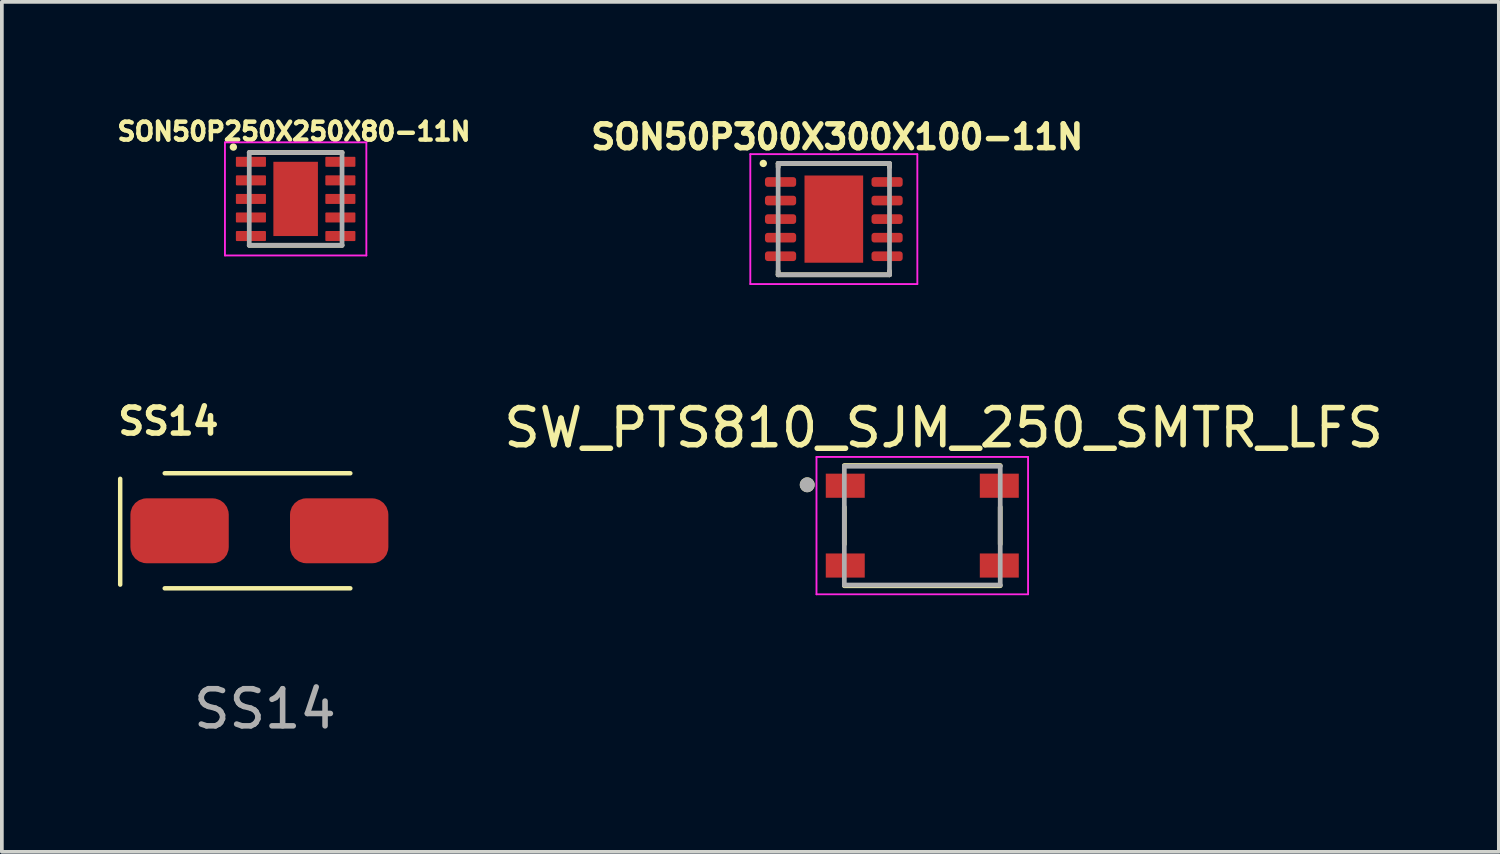
<source format=kicad_pcb>
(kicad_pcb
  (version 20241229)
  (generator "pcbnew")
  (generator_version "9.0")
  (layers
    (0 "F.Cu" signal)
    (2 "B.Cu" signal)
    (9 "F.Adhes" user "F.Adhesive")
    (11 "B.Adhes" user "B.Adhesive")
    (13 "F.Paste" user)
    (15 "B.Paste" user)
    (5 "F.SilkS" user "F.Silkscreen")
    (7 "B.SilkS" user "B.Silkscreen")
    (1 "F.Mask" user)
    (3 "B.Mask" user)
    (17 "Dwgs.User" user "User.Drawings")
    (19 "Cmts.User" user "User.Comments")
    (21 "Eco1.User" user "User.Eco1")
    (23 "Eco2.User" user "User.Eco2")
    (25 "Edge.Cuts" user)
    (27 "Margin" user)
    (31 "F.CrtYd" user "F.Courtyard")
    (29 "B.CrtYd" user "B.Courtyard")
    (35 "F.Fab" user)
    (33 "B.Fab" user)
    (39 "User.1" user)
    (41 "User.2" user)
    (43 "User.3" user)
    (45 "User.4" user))
  (footprint "SW_PTS810_SJM_250_SMTR_LFS"
    (layer "F.Cu")
    (at 21.797 11.111)
    (property "Reference" "SW_PTS810_SJM_250_SMTR_LFS" (at 0.575 -2.635 0) (layer "F.SilkS") (effects (font (size 1 1) (thickness 0.15))))
    (attr smd)
    (fp_line (start -2.1 -1.62) (end 2.1 -1.62) (stroke (width 0.127) (type solid)) (layer "F.SilkS"))
    (fp_line (start -2.1 0.5) (end -2.1 -0.5) (stroke (width 0.127) (type solid)) (layer "F.SilkS"))
    (fp_line (start 2.1 0.5) (end 2.1 -0.5) (stroke (width 0.127) (type solid)) (layer "F.SilkS"))
    (fp_line (start 2.1 1.62) (end -2.1 1.62) (stroke (width 0.127) (type solid)) (layer "F.SilkS"))
    (fp_circle (center -3.1 -1.1) (end -3 -1.1) (stroke (width 0.2) (type solid)) (fill no) (layer "F.SilkS"))
    (fp_line (start -2.85 -1.85) (end 2.85 -1.85) (stroke (width 0.05) (type solid)) (layer "F.CrtYd"))
    (fp_line (start -2.85 1.85) (end -2.85 -1.85) (stroke (width 0.05) (type solid)) (layer "F.CrtYd"))
    (fp_line (start 2.85 -1.85) (end 2.85 1.85) (stroke (width 0.05) (type solid)) (layer "F.CrtYd"))
    (fp_line (start 2.85 1.85) (end -2.85 1.85) (stroke (width 0.05) (type solid)) (layer "F.CrtYd"))
    (fp_line (start -2.1 -1.6) (end 2.1 -1.6) (stroke (width 0.127) (type solid)) (layer "F.Fab"))
    (fp_line (start -2.1 1.6) (end -2.1 -1.6) (stroke (width 0.127) (type solid)) (layer "F.Fab"))
    (fp_line (start 2.1 -1.6) (end 2.1 1.6) (stroke (width 0.127) (type solid)) (layer "F.Fab"))
    (fp_line (start 2.1 1.6) (end -2.1 1.6) (stroke (width 0.127) (type solid)) (layer "F.Fab"))
    (fp_circle (center -3.1 -1.1) (end -3 -1.1) (stroke (width 0.2) (type solid)) (fill no) (layer "F.Fab"))
    (pad "1" smd rect (at -2.075 -1.075) (size 1.05 0.65) (layers "F.Cu" "F.Mask" "F.Paste"))
    (pad "1" smd rect (at 2.075 -1.075) (size 1.05 0.65) (layers "F.Cu" "F.Mask" "F.Paste"))
    (pad "2" smd rect (at -2.075 1.075) (size 1.05 0.65) (layers "F.Cu" "F.Mask" "F.Paste"))
    (pad "2" smd rect (at 2.075 1.075) (size 1.05 0.65) (layers "F.Cu" "F.Mask" "F.Paste")))
  (footprint "SON50P250X250X80-11N"
    (layer "F.Cu")
    (at 4.915 2.309)
    (property "Reference" "SON50P250X250X80-11N" (at -0.046 -1.816 0) (layer "F.SilkS") (effects (font (size 0.482 0.482) (thickness 0.15))))
    (attr smd)
    (fp_line (start 1.25 -1.25) (end -1.25 -1.25) (stroke (width 0.127) (type solid)) (layer "F.SilkS"))
    (fp_line (start 1.25 1.25) (end -1.25 1.25) (stroke (width 0.127) (type solid)) (layer "F.SilkS"))
    (fp_circle (center -1.678 -1.397) (end -1.628 -1.397) (stroke (width 0.1) (type solid)) (fill no) (layer "F.SilkS"))
    (fp_poly (pts (xy -0.381 -0.63) (xy 0.38 -0.63) (xy 0.38 0.632) (xy -0.381 0.632)) (stroke (width 0.01) (type solid)) (fill yes) (layer "F.Paste"))
    (fp_line (start -1.905 -1.524) (end 1.905 -1.524) (stroke (width 0.05) (type solid)) (layer "F.CrtYd"))
    (fp_line (start -1.905 1.524) (end -1.905 -1.524) (stroke (width 0.05) (type solid)) (layer "F.CrtYd"))
    (fp_line (start 1.905 -1.524) (end 1.905 1.524) (stroke (width 0.05) (type solid)) (layer "F.CrtYd"))
    (fp_line (start 1.905 1.524) (end -1.905 1.524) (stroke (width 0.05) (type solid)) (layer "F.CrtYd"))
    (fp_line (start -1.25 -1.25) (end 1.25 -1.25) (stroke (width 0.127) (type solid)) (layer "F.Fab"))
    (fp_line (start -1.25 1.25) (end -1.25 -1.25) (stroke (width 0.127) (type solid)) (layer "F.Fab"))
    (fp_line (start 1.25 -1.25) (end 1.25 1.25) (stroke (width 0.127) (type solid)) (layer "F.Fab"))
    (fp_line (start 1.25 1.25) (end -1.25 1.25) (stroke (width 0.127) (type solid)) (layer "F.Fab"))
    (pad "1" smd roundrect (at -1.205 -1) (size 0.81 0.27) (layers "F.Cu" "F.Mask" "F.Paste") (roundrect_rratio 0.09))
    (pad "2" smd roundrect (at -1.205 -0.5) (size 0.81 0.27) (layers "F.Cu" "F.Mask" "F.Paste") (roundrect_rratio 0.09))
    (pad "3" smd roundrect (at -1.205 0) (size 0.81 0.27) (layers "F.Cu" "F.Mask" "F.Paste") (roundrect_rratio 0.09))
    (pad "4" smd roundrect (at -1.205 0.5) (size 0.81 0.27) (layers "F.Cu" "F.Mask" "F.Paste") (roundrect_rratio 0.09))
    (pad "5" smd roundrect (at -1.205 1) (size 0.81 0.27) (layers "F.Cu" "F.Mask" "F.Paste") (roundrect_rratio 0.09))
    (pad "6" smd roundrect (at 1.205 1) (size 0.81 0.27) (layers "F.Cu" "F.Mask" "F.Paste") (roundrect_rratio 0.09))
    (pad "7" smd roundrect (at 1.205 0.5) (size 0.81 0.27) (layers "F.Cu" "F.Mask" "F.Paste") (roundrect_rratio 0.09))
    (pad "8" smd roundrect (at 1.205 0) (size 0.81 0.27) (layers "F.Cu" "F.Mask" "F.Paste") (roundrect_rratio 0.09))
    (pad "9" smd roundrect (at 1.205 -0.5) (size 0.81 0.27) (layers "F.Cu" "F.Mask" "F.Paste") (roundrect_rratio 0.09))
    (pad "10" smd roundrect (at 1.205 -1) (size 0.81 0.27) (layers "F.Cu" "F.Mask" "F.Paste") (roundrect_rratio 0.09))
    (pad "11" smd rect (at 0 0) (size 1.2 2) (layers "F.Cu" "F.Mask")))
  (footprint "SS14"
    (layer "F.Cu")
    (at 4.088 11.15)
    (property "Reference" "SS14" (at -2.6 -2.85 0) (unlocked yes) (layer "F.SilkS") (effects (font (size 0.7 0.7) (thickness 0.15))))
    (attr smd)
    (fp_line (start -3.9 -1.3) (end -3.9 1.55) (stroke (width 0.12) (type solid)) (layer "F.SilkS"))
    (fp_line (start -2.7 -1.45) (end 2.3 -1.45) (stroke (width 0.12) (type solid)) (layer "F.SilkS"))
    (fp_line (start -2.7 1.65) (end 2.3 1.65) (stroke (width 0.12) (type solid)) (layer "F.SilkS"))
    (fp_text user "${REFERENCE}" (at 0 4.9 0) (unlocked yes) (layer "F.Fab") (effects (font (size 1 1) (thickness 0.15))))
    (pad "1" smd roundrect (at -2.3 0.1) (size 2.65 1.75) (layers "F.Cu" "F.Mask" "F.Paste") (roundrect_rratio 0.25))
    (pad "2" smd roundrect (at 2 0.1) (size 2.65 1.75) (layers "F.Cu" "F.Mask" "F.Paste") (roundrect_rratio 0.25)))
  (footprint "SON50P300X300X100-11N"
    (layer "F.Cu")
    (at 19.414 2.853)
    (property "Reference" "SON50P300X300X100-11N" (at 0.092 -2.214 0) (layer "F.SilkS") (effects (font (size 0.641 0.641) (thickness 0.15))))
    (attr smd)
    (fp_line (start -1.5 -1.5) (end -1.5 -1.4) (stroke (width 0.127) (type solid)) (layer "F.SilkS"))
    (fp_line (start -1.5 1.5) (end -1.5 1.4) (stroke (width 0.127) (type solid)) (layer "F.SilkS"))
    (fp_line (start 1.5 -1.5) (end -1.5 -1.5) (stroke (width 0.127) (type solid)) (layer "F.SilkS"))
    (fp_line (start 1.5 -1.5) (end 1.5 -1.4) (stroke (width 0.127) (type solid)) (layer "F.SilkS"))
    (fp_line (start 1.5 1.5) (end -1.5 1.5) (stroke (width 0.127) (type solid)) (layer "F.SilkS"))
    (fp_line (start 1.5 1.5) (end 1.5 1.4) (stroke (width 0.127) (type solid)) (layer "F.SilkS"))
    (fp_circle (center -1.9 -1.5) (end -1.85 -1.5) (stroke (width 0.1) (type solid)) (fill no) (layer "F.SilkS"))
    (fp_poly (pts (xy -0.501 -0.75) (xy 0.5 -0.75) (xy 0.5 0.751) (xy -0.501 0.751)) (stroke (width 0.01) (type solid)) (fill yes) (layer "F.Paste"))
    (fp_line (start -2.25 -1.75) (end 2.25 -1.75) (stroke (width 0.05) (type solid)) (layer "F.CrtYd"))
    (fp_line (start -2.25 1.75) (end -2.25 -1.75) (stroke (width 0.05) (type solid)) (layer "F.CrtYd"))
    (fp_line (start 2.25 -1.75) (end 2.25 1.75) (stroke (width 0.05) (type solid)) (layer "F.CrtYd"))
    (fp_line (start 2.25 1.75) (end -2.25 1.75) (stroke (width 0.05) (type solid)) (layer "F.CrtYd"))
    (fp_line (start -1.5 -1.5) (end 1.5 -1.5) (stroke (width 0.127) (type solid)) (layer "F.Fab"))
    (fp_line (start -1.5 1.5) (end -1.5 -1.5) (stroke (width 0.127) (type solid)) (layer "F.Fab"))
    (fp_line (start 1.5 -1.5) (end 1.5 1.5) (stroke (width 0.127) (type solid)) (layer "F.Fab"))
    (fp_line (start 1.5 1.5) (end -1.5 1.5) (stroke (width 0.127) (type solid)) (layer "F.Fab"))
    (pad "1" smd roundrect (at -1.435 -1 270) (size 0.26 0.84) (layers "F.Cu" "F.Mask" "F.Paste") (roundrect_rratio 0.29))
    (pad "2" smd roundrect (at -1.435 -0.5 270) (size 0.26 0.84) (layers "F.Cu" "F.Mask" "F.Paste") (roundrect_rratio 0.29))
    (pad "3" smd roundrect (at -1.435 0 270) (size 0.26 0.84) (layers "F.Cu" "F.Mask" "F.Paste") (roundrect_rratio 0.29))
    (pad "4" smd roundrect (at -1.435 0.5 270) (size 0.26 0.84) (layers "F.Cu" "F.Mask" "F.Paste") (roundrect_rratio 0.29))
    (pad "5" smd roundrect (at -1.435 1 270) (size 0.26 0.84) (layers "F.Cu" "F.Mask" "F.Paste") (roundrect_rratio 0.29))
    (pad "6" smd roundrect (at 1.435 1 270) (size 0.26 0.84) (layers "F.Cu" "F.Mask" "F.Paste") (roundrect_rratio 0.29))
    (pad "7" smd roundrect (at 1.435 0.5 270) (size 0.26 0.84) (layers "F.Cu" "F.Mask" "F.Paste") (roundrect_rratio 0.29))
    (pad "8" smd roundrect (at 1.435 0 270) (size 0.26 0.84) (layers "F.Cu" "F.Mask" "F.Paste") (roundrect_rratio 0.29))
    (pad "9" smd roundrect (at 1.435 -0.5 270) (size 0.26 0.84) (layers "F.Cu" "F.Mask" "F.Paste") (roundrect_rratio 0.29))
    (pad "10" smd roundrect (at 1.435 -1 270) (size 0.26 0.84) (layers "F.Cu" "F.Mask" "F.Paste") (roundrect_rratio 0.29))
    (pad "11" smd rect (at 0 0 270) (size 2.35 1.58) (layers "F.Cu" "F.Mask")))
  (gr_rect
    (start -3 -3)
    (end 37.33 19.899)
    (stroke (width 0.1) (type default))
    (fill no)
    (layer "Edge.Cuts")))
</source>
